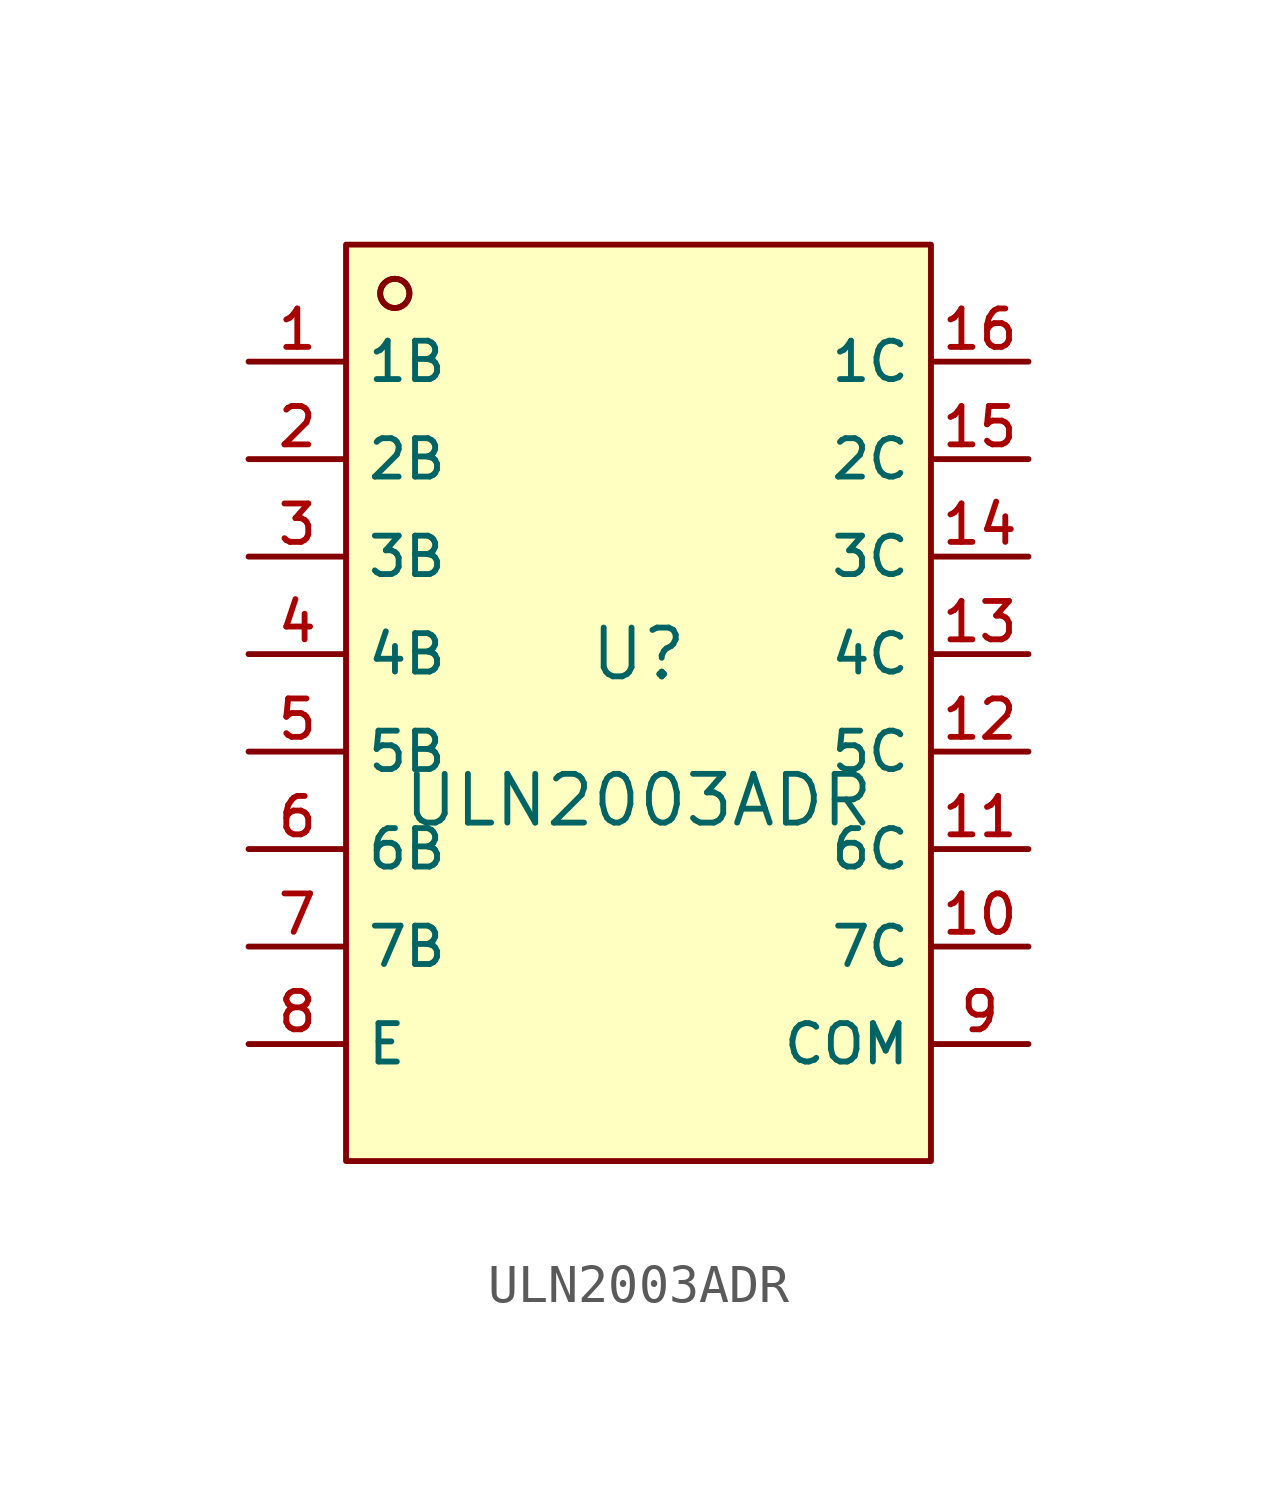
<source format=kicad_sym>
(kicad_symbol_lib
  (version 20231120)
  (generator "kicad_symbol_editor")
  (generator_version "8.0")
  (symbol "ULN2003ADR"
    (property "Reference" "U"
      (at 0 1.27 0)
      (effects (font (size 1.27 1.27))))
    (property "Value" "ULN2003ADR"
      (at 0 -2.54 0)
      (effects (font (size 1.27 1.27))))
    (symbol "ULN2003ADR_0_1"
      (rectangle (start -7.62 11.938) (end 7.62 -11.938) (stroke (width 0) (type default)) (fill (type background)))
      (circle (center -6.35 10.668) (radius 0.381) (stroke (width 0) (type default)) (fill (type background)))
      (circle (center -6.35 10.668) (radius 0.381) (stroke (width 0) (type default)) (fill (type background)))
      (pin unspecified line (at -10.16 8.89 0) (length 2.54) (name "1B" (effects (font (size 1 1)))) (number "1" (effects (font (size 1 1)))))
      (pin unspecified line (at 10.16 -6.35 180) (length 2.54) (name "7C" (effects (font (size 1 1)))) (number "10" (effects (font (size 1 1)))))
      (pin unspecified line (at 10.16 -3.81 180) (length 2.54) (name "6C" (effects (font (size 1 1)))) (number "11" (effects (font (size 1 1)))))
      (pin unspecified line (at 10.16 -1.27 180) (length 2.54) (name "5C" (effects (font (size 1 1)))) (number "12" (effects (font (size 1 1)))))
      (pin unspecified line (at 10.16 1.27 180) (length 2.54) (name "4C" (effects (font (size 1 1)))) (number "13" (effects (font (size 1 1)))))
      (pin unspecified line (at 10.16 3.81 180) (length 2.54) (name "3C" (effects (font (size 1 1)))) (number "14" (effects (font (size 1 1)))))
      (pin unspecified line (at 10.16 6.35 180) (length 2.54) (name "2C" (effects (font (size 1 1)))) (number "15" (effects (font (size 1 1)))))
      (pin unspecified line (at 10.16 8.89 180) (length 2.54) (name "1C" (effects (font (size 1 1)))) (number "16" (effects (font (size 1 1)))))
      (pin unspecified line (at -10.16 6.35 0) (length 2.54) (name "2B" (effects (font (size 1 1)))) (number "2" (effects (font (size 1 1)))))
      (pin unspecified line (at -10.16 3.81 0) (length 2.54) (name "3B" (effects (font (size 1 1)))) (number "3" (effects (font (size 1 1)))))
      (pin unspecified line (at -10.16 1.27 0) (length 2.54) (name "4B" (effects (font (size 1 1)))) (number "4" (effects (font (size 1 1)))))
      (pin unspecified line (at -10.16 -1.27 0) (length 2.54) (name "5B" (effects (font (size 1 1)))) (number "5" (effects (font (size 1 1)))))
      (pin unspecified line (at -10.16 -3.81 0) (length 2.54) (name "6B" (effects (font (size 1 1)))) (number "6" (effects (font (size 1 1)))))
      (pin unspecified line (at -10.16 -6.35 0) (length 2.54) (name "7B" (effects (font (size 1 1)))) (number "7" (effects (font (size 1 1)))))
      (pin unspecified line (at -10.16 -8.89 0) (length 2.54) (name "E" (effects (font (size 1 1)))) (number "8" (effects (font (size 1 1)))))
      (pin unspecified line (at 10.16 -8.89 180) (length 2.54) (name "COM" (effects (font (size 1 1)))) (number "9" (effects (font (size 1 1))))))))
</source>
